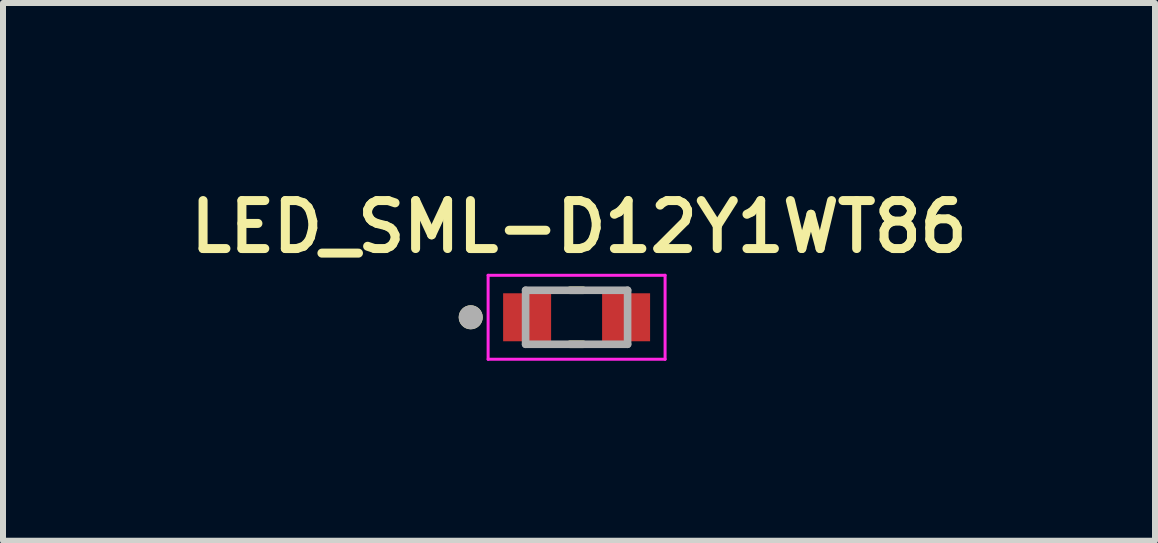
<source format=kicad_pcb>
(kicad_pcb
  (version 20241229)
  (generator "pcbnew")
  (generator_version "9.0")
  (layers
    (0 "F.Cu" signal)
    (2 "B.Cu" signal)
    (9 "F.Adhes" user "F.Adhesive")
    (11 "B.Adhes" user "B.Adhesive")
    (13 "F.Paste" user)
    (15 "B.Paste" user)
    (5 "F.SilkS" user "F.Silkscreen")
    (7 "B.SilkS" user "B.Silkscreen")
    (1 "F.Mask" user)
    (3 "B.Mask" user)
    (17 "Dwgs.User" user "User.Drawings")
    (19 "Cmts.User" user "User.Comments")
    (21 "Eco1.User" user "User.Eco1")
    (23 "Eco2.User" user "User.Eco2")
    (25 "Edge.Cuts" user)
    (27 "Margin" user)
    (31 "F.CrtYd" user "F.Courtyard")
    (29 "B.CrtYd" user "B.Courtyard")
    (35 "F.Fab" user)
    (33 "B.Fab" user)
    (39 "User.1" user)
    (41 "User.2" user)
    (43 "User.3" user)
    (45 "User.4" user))
  (footprint "LED_SML-D12Y1WT86"
    (layer "F.Cu")
    (at 6.562 2.239)
    (property "Reference" "LED_SML-D12Y1WT86" (at 0.04 -1.508 0) (layer "F.SilkS") (effects (font (size 0.8 0.8) (thickness 0.15))))
    (attr through_hole)
    (fp_line (start -0.11 -0.45) (end 0.11 -0.45) (stroke (width 0.127) (type solid)) (layer "F.SilkS"))
    (fp_line (start -0.11 0.45) (end 0.11 0.45) (stroke (width 0.127) (type solid)) (layer "F.SilkS"))
    (fp_circle (center -1.765 0) (end -1.665 0) (stroke (width 0.2) (type solid)) (fill no) (layer "F.SilkS"))
    (fp_line (start -1.475 -0.7) (end -1.475 0.7) (stroke (width 0.05) (type solid)) (layer "F.CrtYd"))
    (fp_line (start -1.475 0.7) (end 1.475 0.7) (stroke (width 0.05) (type solid)) (layer "F.CrtYd"))
    (fp_line (start 1.475 -0.7) (end -1.475 -0.7) (stroke (width 0.05) (type solid)) (layer "F.CrtYd"))
    (fp_line (start 1.475 0.7) (end 1.475 -0.7) (stroke (width 0.05) (type solid)) (layer "F.CrtYd"))
    (fp_line (start -0.85 -0.45) (end -0.85 0.45) (stroke (width 0.127) (type solid)) (layer "F.Fab"))
    (fp_line (start -0.85 0.45) (end 0.85 0.45) (stroke (width 0.127) (type solid)) (layer "F.Fab"))
    (fp_line (start 0.85 -0.45) (end -0.85 -0.45) (stroke (width 0.127) (type solid)) (layer "F.Fab"))
    (fp_line (start 0.85 0.45) (end 0.85 -0.45) (stroke (width 0.127) (type solid)) (layer "F.Fab"))
    (fp_circle (center -1.765 0) (end -1.665 0) (stroke (width 0.2) (type solid)) (fill no) (layer "F.Fab"))
    (pad "A" smd rect (at 0.825 0) (size 0.8 0.8) (layers "F.Cu" "F.Mask" "F.Paste"))
    (pad "C" smd rect (at -0.825 0) (size 0.8 0.8) (layers "F.Cu" "F.Mask" "F.Paste")))
  (gr_rect
    (start -3 -3)
    (end 16.204 5.964)
    (stroke (width 0.1) (type default))
    (fill no)
    (layer "Edge.Cuts")))
</source>
